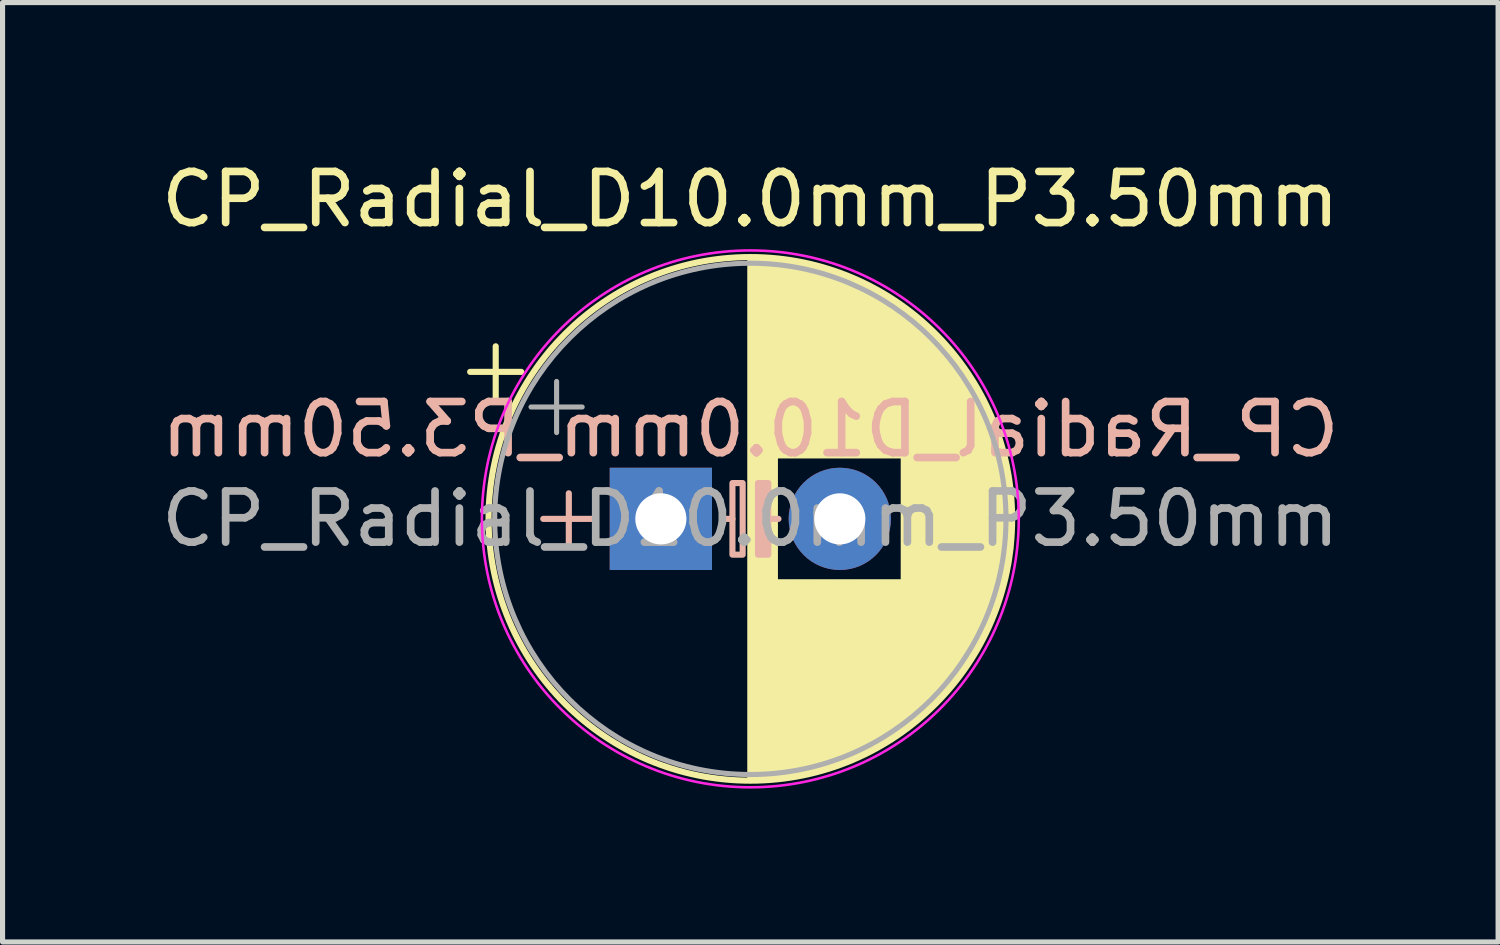
<source format=kicad_pcb>
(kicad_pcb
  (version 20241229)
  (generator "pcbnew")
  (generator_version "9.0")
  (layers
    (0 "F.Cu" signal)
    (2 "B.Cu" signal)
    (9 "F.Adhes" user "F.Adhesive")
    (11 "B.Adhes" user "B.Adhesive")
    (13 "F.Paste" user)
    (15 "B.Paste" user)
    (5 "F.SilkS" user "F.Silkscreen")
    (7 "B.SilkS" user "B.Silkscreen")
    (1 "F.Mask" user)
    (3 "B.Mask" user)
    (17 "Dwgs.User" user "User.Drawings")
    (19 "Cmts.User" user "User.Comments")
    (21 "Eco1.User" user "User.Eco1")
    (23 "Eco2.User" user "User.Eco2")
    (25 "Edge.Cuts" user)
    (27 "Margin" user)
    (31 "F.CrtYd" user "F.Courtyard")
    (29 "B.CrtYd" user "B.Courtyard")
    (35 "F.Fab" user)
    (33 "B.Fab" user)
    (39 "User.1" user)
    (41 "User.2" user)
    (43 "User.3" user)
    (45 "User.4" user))
  (footprint "CP_Radial_D10.0mm_P3.50mm"
    (layer "F.Cu")
    (at 9.875 7.098)
    (property "Reference" "CP_Radial_D10.0mm_P3.50mm" (at 1.75 -6.25 0) (layer "F.SilkS") (effects (font (size 1 1) (thickness 0.15))))
    (fp_line (start -3.73 -2.875) (end -2.73 -2.875) (stroke (width 0.12) (type solid)) (layer "F.SilkS"))
    (fp_line (start -3.23 -3.375) (end -3.23 -2.375) (stroke (width 0.12) (type solid)) (layer "F.SilkS"))
    (fp_line (start 1.75 -5.08) (end 1.75 5.08) (stroke (width 0.12) (type solid)) (layer "F.SilkS"))
    (fp_line (start 1.79 -5.08) (end 1.79 5.08) (stroke (width 0.12) (type solid)) (layer "F.SilkS"))
    (fp_line (start 1.83 -5.08) (end 1.83 5.08) (stroke (width 0.12) (type solid)) (layer "F.SilkS"))
    (fp_line (start 1.87 -5.079) (end 1.87 5.079) (stroke (width 0.12) (type solid)) (layer "F.SilkS"))
    (fp_line (start 1.91 -5.078) (end 1.91 5.078) (stroke (width 0.12) (type solid)) (layer "F.SilkS"))
    (fp_line (start 1.95 -5.077) (end 1.95 5.077) (stroke (width 0.12) (type solid)) (layer "F.SilkS"))
    (fp_line (start 1.99 -5.075) (end 1.99 5.075) (stroke (width 0.12) (type solid)) (layer "F.SilkS"))
    (fp_line (start 2.03 -5.073) (end 2.03 5.073) (stroke (width 0.12) (type solid)) (layer "F.SilkS"))
    (fp_line (start 2.07 -5.07) (end 2.07 5.07) (stroke (width 0.12) (type solid)) (layer "F.SilkS"))
    (fp_line (start 2.11 -5.068) (end 2.11 5.068) (stroke (width 0.12) (type solid)) (layer "F.SilkS"))
    (fp_line (start 2.15 -5.065) (end 2.15 5.065) (stroke (width 0.12) (type solid)) (layer "F.SilkS"))
    (fp_line (start 2.19 -5.062) (end 2.19 5.062) (stroke (width 0.12) (type solid)) (layer "F.SilkS"))
    (fp_line (start 2.23 -5.058) (end 2.23 5.058) (stroke (width 0.12) (type solid)) (layer "F.SilkS"))
    (fp_line (start 2.27 -5.054) (end 2.27 -1.241) (stroke (width 0.12) (type solid)) (layer "F.SilkS"))
    (fp_line (start 2.27 1.241) (end 2.27 5.054) (stroke (width 0.12) (type solid)) (layer "F.SilkS"))
    (fp_line (start 2.31 -5.05) (end 2.31 -1.241) (stroke (width 0.12) (type solid)) (layer "F.SilkS"))
    (fp_line (start 2.31 1.241) (end 2.31 5.05) (stroke (width 0.12) (type solid)) (layer "F.SilkS"))
    (fp_line (start 2.35 -5.045) (end 2.35 -1.241) (stroke (width 0.12) (type solid)) (layer "F.SilkS"))
    (fp_line (start 2.35 1.241) (end 2.35 5.045) (stroke (width 0.12) (type solid)) (layer "F.SilkS"))
    (fp_line (start 2.39 -5.04) (end 2.39 -1.241) (stroke (width 0.12) (type solid)) (layer "F.SilkS"))
    (fp_line (start 2.39 1.241) (end 2.39 5.04) (stroke (width 0.12) (type solid)) (layer "F.SilkS"))
    (fp_line (start 2.43 -5.035) (end 2.43 -1.241) (stroke (width 0.12) (type solid)) (layer "F.SilkS"))
    (fp_line (start 2.43 1.241) (end 2.43 5.035) (stroke (width 0.12) (type solid)) (layer "F.SilkS"))
    (fp_line (start 2.471 -5.03) (end 2.471 -1.241) (stroke (width 0.12) (type solid)) (layer "F.SilkS"))
    (fp_line (start 2.471 1.241) (end 2.471 5.03) (stroke (width 0.12) (type solid)) (layer "F.SilkS"))
    (fp_line (start 2.511 -5.024) (end 2.511 -1.241) (stroke (width 0.12) (type solid)) (layer "F.SilkS"))
    (fp_line (start 2.511 1.241) (end 2.511 5.024) (stroke (width 0.12) (type solid)) (layer "F.SilkS"))
    (fp_line (start 2.551 -5.018) (end 2.551 -1.241) (stroke (width 0.12) (type solid)) (layer "F.SilkS"))
    (fp_line (start 2.551 1.241) (end 2.551 5.018) (stroke (width 0.12) (type solid)) (layer "F.SilkS"))
    (fp_line (start 2.591 -5.011) (end 2.591 -1.241) (stroke (width 0.12) (type solid)) (layer "F.SilkS"))
    (fp_line (start 2.591 1.241) (end 2.591 5.011) (stroke (width 0.12) (type solid)) (layer "F.SilkS"))
    (fp_line (start 2.631 -5.004) (end 2.631 -1.241) (stroke (width 0.12) (type solid)) (layer "F.SilkS"))
    (fp_line (start 2.631 1.241) (end 2.631 5.004) (stroke (width 0.12) (type solid)) (layer "F.SilkS"))
    (fp_line (start 2.671 -4.997) (end 2.671 -1.241) (stroke (width 0.12) (type solid)) (layer "F.SilkS"))
    (fp_line (start 2.671 1.241) (end 2.671 4.997) (stroke (width 0.12) (type solid)) (layer "F.SilkS"))
    (fp_line (start 2.711 -4.99) (end 2.711 -1.241) (stroke (width 0.12) (type solid)) (layer "F.SilkS"))
    (fp_line (start 2.711 1.241) (end 2.711 4.99) (stroke (width 0.12) (type solid)) (layer "F.SilkS"))
    (fp_line (start 2.751 -4.982) (end 2.751 -1.241) (stroke (width 0.12) (type solid)) (layer "F.SilkS"))
    (fp_line (start 2.751 1.241) (end 2.751 4.982) (stroke (width 0.12) (type solid)) (layer "F.SilkS"))
    (fp_line (start 2.791 -4.974) (end 2.791 -1.241) (stroke (width 0.12) (type solid)) (layer "F.SilkS"))
    (fp_line (start 2.791 1.241) (end 2.791 4.974) (stroke (width 0.12) (type solid)) (layer "F.SilkS"))
    (fp_line (start 2.831 -4.965) (end 2.831 -1.241) (stroke (width 0.12) (type solid)) (layer "F.SilkS"))
    (fp_line (start 2.831 1.241) (end 2.831 4.965) (stroke (width 0.12) (type solid)) (layer "F.SilkS"))
    (fp_line (start 2.871 -4.956) (end 2.871 -1.241) (stroke (width 0.12) (type solid)) (layer "F.SilkS"))
    (fp_line (start 2.871 1.241) (end 2.871 4.956) (stroke (width 0.12) (type solid)) (layer "F.SilkS"))
    (fp_line (start 2.911 -4.947) (end 2.911 -1.241) (stroke (width 0.12) (type solid)) (layer "F.SilkS"))
    (fp_line (start 2.911 1.241) (end 2.911 4.947) (stroke (width 0.12) (type solid)) (layer "F.SilkS"))
    (fp_line (start 2.951 -4.938) (end 2.951 -1.241) (stroke (width 0.12) (type solid)) (layer "F.SilkS"))
    (fp_line (start 2.951 1.241) (end 2.951 4.938) (stroke (width 0.12) (type solid)) (layer "F.SilkS"))
    (fp_line (start 2.991 -4.928) (end 2.991 -1.241) (stroke (width 0.12) (type solid)) (layer "F.SilkS"))
    (fp_line (start 2.991 1.241) (end 2.991 4.928) (stroke (width 0.12) (type solid)) (layer "F.SilkS"))
    (fp_line (start 3.031 -4.918) (end 3.031 -1.241) (stroke (width 0.12) (type solid)) (layer "F.SilkS"))
    (fp_line (start 3.031 1.241) (end 3.031 4.918) (stroke (width 0.12) (type solid)) (layer "F.SilkS"))
    (fp_line (start 3.071 -4.907) (end 3.071 -1.241) (stroke (width 0.12) (type solid)) (layer "F.SilkS"))
    (fp_line (start 3.071 1.241) (end 3.071 4.907) (stroke (width 0.12) (type solid)) (layer "F.SilkS"))
    (fp_line (start 3.111 -4.897) (end 3.111 -1.241) (stroke (width 0.12) (type solid)) (layer "F.SilkS"))
    (fp_line (start 3.111 1.241) (end 3.111 4.897) (stroke (width 0.12) (type solid)) (layer "F.SilkS"))
    (fp_line (start 3.151 -4.885) (end 3.151 -1.241) (stroke (width 0.12) (type solid)) (layer "F.SilkS"))
    (fp_line (start 3.151 1.241) (end 3.151 4.885) (stroke (width 0.12) (type solid)) (layer "F.SilkS"))
    (fp_line (start 3.191 -4.874) (end 3.191 -1.241) (stroke (width 0.12) (type solid)) (layer "F.SilkS"))
    (fp_line (start 3.191 1.241) (end 3.191 4.874) (stroke (width 0.12) (type solid)) (layer "F.SilkS"))
    (fp_line (start 3.231 -4.862) (end 3.231 -1.241) (stroke (width 0.12) (type solid)) (layer "F.SilkS"))
    (fp_line (start 3.231 1.241) (end 3.231 4.862) (stroke (width 0.12) (type solid)) (layer "F.SilkS"))
    (fp_line (start 3.271 -4.85) (end 3.271 -1.241) (stroke (width 0.12) (type solid)) (layer "F.SilkS"))
    (fp_line (start 3.271 1.241) (end 3.271 4.85) (stroke (width 0.12) (type solid)) (layer "F.SilkS"))
    (fp_line (start 3.311 -4.837) (end 3.311 -1.241) (stroke (width 0.12) (type solid)) (layer "F.SilkS"))
    (fp_line (start 3.311 1.241) (end 3.311 4.837) (stroke (width 0.12) (type solid)) (layer "F.SilkS"))
    (fp_line (start 3.351 -4.824) (end 3.351 -1.241) (stroke (width 0.12) (type solid)) (layer "F.SilkS"))
    (fp_line (start 3.351 1.241) (end 3.351 4.824) (stroke (width 0.12) (type solid)) (layer "F.SilkS"))
    (fp_line (start 3.391 -4.811) (end 3.391 -1.241) (stroke (width 0.12) (type solid)) (layer "F.SilkS"))
    (fp_line (start 3.391 1.241) (end 3.391 4.811) (stroke (width 0.12) (type solid)) (layer "F.SilkS"))
    (fp_line (start 3.431 -4.797) (end 3.431 -1.241) (stroke (width 0.12) (type solid)) (layer "F.SilkS"))
    (fp_line (start 3.431 1.241) (end 3.431 4.797) (stroke (width 0.12) (type solid)) (layer "F.SilkS"))
    (fp_line (start 3.471 -4.783) (end 3.471 -1.241) (stroke (width 0.12) (type solid)) (layer "F.SilkS"))
    (fp_line (start 3.471 1.241) (end 3.471 4.783) (stroke (width 0.12) (type solid)) (layer "F.SilkS"))
    (fp_line (start 3.511 -4.768) (end 3.511 -1.241) (stroke (width 0.12) (type solid)) (layer "F.SilkS"))
    (fp_line (start 3.511 1.241) (end 3.511 4.768) (stroke (width 0.12) (type solid)) (layer "F.SilkS"))
    (fp_line (start 3.551 -4.754) (end 3.551 -1.241) (stroke (width 0.12) (type solid)) (layer "F.SilkS"))
    (fp_line (start 3.551 1.241) (end 3.551 4.754) (stroke (width 0.12) (type solid)) (layer "F.SilkS"))
    (fp_line (start 3.591 -4.738) (end 3.591 -1.241) (stroke (width 0.12) (type solid)) (layer "F.SilkS"))
    (fp_line (start 3.591 1.241) (end 3.591 4.738) (stroke (width 0.12) (type solid)) (layer "F.SilkS"))
    (fp_line (start 3.631 -4.723) (end 3.631 -1.241) (stroke (width 0.12) (type solid)) (layer "F.SilkS"))
    (fp_line (start 3.631 1.241) (end 3.631 4.723) (stroke (width 0.12) (type solid)) (layer "F.SilkS"))
    (fp_line (start 3.671 -4.707) (end 3.671 -1.241) (stroke (width 0.12) (type solid)) (layer "F.SilkS"))
    (fp_line (start 3.671 1.241) (end 3.671 4.707) (stroke (width 0.12) (type solid)) (layer "F.SilkS"))
    (fp_line (start 3.711 -4.69) (end 3.711 -1.241) (stroke (width 0.12) (type solid)) (layer "F.SilkS"))
    (fp_line (start 3.711 1.241) (end 3.711 4.69) (stroke (width 0.12) (type solid)) (layer "F.SilkS"))
    (fp_line (start 3.751 -4.674) (end 3.751 -1.241) (stroke (width 0.12) (type solid)) (layer "F.SilkS"))
    (fp_line (start 3.751 1.241) (end 3.751 4.674) (stroke (width 0.12) (type solid)) (layer "F.SilkS"))
    (fp_line (start 3.791 -4.657) (end 3.791 -1.241) (stroke (width 0.12) (type solid)) (layer "F.SilkS"))
    (fp_line (start 3.791 1.241) (end 3.791 4.657) (stroke (width 0.12) (type solid)) (layer "F.SilkS"))
    (fp_line (start 3.831 -4.639) (end 3.831 -1.241) (stroke (width 0.12) (type solid)) (layer "F.SilkS"))
    (fp_line (start 3.831 1.241) (end 3.831 4.639) (stroke (width 0.12) (type solid)) (layer "F.SilkS"))
    (fp_line (start 3.871 -4.621) (end 3.871 -1.241) (stroke (width 0.12) (type solid)) (layer "F.SilkS"))
    (fp_line (start 3.871 1.241) (end 3.871 4.621) (stroke (width 0.12) (type solid)) (layer "F.SilkS"))
    (fp_line (start 3.911 -4.603) (end 3.911 -1.241) (stroke (width 0.12) (type solid)) (layer "F.SilkS"))
    (fp_line (start 3.911 1.241) (end 3.911 4.603) (stroke (width 0.12) (type solid)) (layer "F.SilkS"))
    (fp_line (start 3.951 -4.584) (end 3.951 -1.241) (stroke (width 0.12) (type solid)) (layer "F.SilkS"))
    (fp_line (start 3.951 1.241) (end 3.951 4.584) (stroke (width 0.12) (type solid)) (layer "F.SilkS"))
    (fp_line (start 3.991 -4.564) (end 3.991 -1.241) (stroke (width 0.12) (type solid)) (layer "F.SilkS"))
    (fp_line (start 3.991 1.241) (end 3.991 4.564) (stroke (width 0.12) (type solid)) (layer "F.SilkS"))
    (fp_line (start 4.031 -4.545) (end 4.031 -1.241) (stroke (width 0.12) (type solid)) (layer "F.SilkS"))
    (fp_line (start 4.031 1.241) (end 4.031 4.545) (stroke (width 0.12) (type solid)) (layer "F.SilkS"))
    (fp_line (start 4.071 -4.525) (end 4.071 -1.241) (stroke (width 0.12) (type solid)) (layer "F.SilkS"))
    (fp_line (start 4.071 1.241) (end 4.071 4.525) (stroke (width 0.12) (type solid)) (layer "F.SilkS"))
    (fp_line (start 4.111 -4.504) (end 4.111 -1.241) (stroke (width 0.12) (type solid)) (layer "F.SilkS"))
    (fp_line (start 4.111 1.241) (end 4.111 4.504) (stroke (width 0.12) (type solid)) (layer "F.SilkS"))
    (fp_line (start 4.151 -4.483) (end 4.151 -1.241) (stroke (width 0.12) (type solid)) (layer "F.SilkS"))
    (fp_line (start 4.151 1.241) (end 4.151 4.483) (stroke (width 0.12) (type solid)) (layer "F.SilkS"))
    (fp_line (start 4.191 -4.462) (end 4.191 -1.241) (stroke (width 0.12) (type solid)) (layer "F.SilkS"))
    (fp_line (start 4.191 1.241) (end 4.191 4.462) (stroke (width 0.12) (type solid)) (layer "F.SilkS"))
    (fp_line (start 4.231 -4.44) (end 4.231 -1.241) (stroke (width 0.12) (type solid)) (layer "F.SilkS"))
    (fp_line (start 4.231 1.241) (end 4.231 4.44) (stroke (width 0.12) (type solid)) (layer "F.SilkS"))
    (fp_line (start 4.271 -4.417) (end 4.271 -1.241) (stroke (width 0.12) (type solid)) (layer "F.SilkS"))
    (fp_line (start 4.271 1.241) (end 4.271 4.417) (stroke (width 0.12) (type solid)) (layer "F.SilkS"))
    (fp_line (start 4.311 -4.395) (end 4.311 -1.241) (stroke (width 0.12) (type solid)) (layer "F.SilkS"))
    (fp_line (start 4.311 1.241) (end 4.311 4.395) (stroke (width 0.12) (type solid)) (layer "F.SilkS"))
    (fp_line (start 4.351 -4.371) (end 4.351 -1.241) (stroke (width 0.12) (type solid)) (layer "F.SilkS"))
    (fp_line (start 4.351 1.241) (end 4.351 4.371) (stroke (width 0.12) (type solid)) (layer "F.SilkS"))
    (fp_line (start 4.391 -4.347) (end 4.391 -1.241) (stroke (width 0.12) (type solid)) (layer "F.SilkS"))
    (fp_line (start 4.391 1.241) (end 4.391 4.347) (stroke (width 0.12) (type solid)) (layer "F.SilkS"))
    (fp_line (start 4.431 -4.323) (end 4.431 -1.241) (stroke (width 0.12) (type solid)) (layer "F.SilkS"))
    (fp_line (start 4.431 1.241) (end 4.431 4.323) (stroke (width 0.12) (type solid)) (layer "F.SilkS"))
    (fp_line (start 4.471 -4.298) (end 4.471 -1.241) (stroke (width 0.12) (type solid)) (layer "F.SilkS"))
    (fp_line (start 4.471 1.241) (end 4.471 4.298) (stroke (width 0.12) (type solid)) (layer "F.SilkS"))
    (fp_line (start 4.511 -4.273) (end 4.511 -1.241) (stroke (width 0.12) (type solid)) (layer "F.SilkS"))
    (fp_line (start 4.511 1.241) (end 4.511 4.273) (stroke (width 0.12) (type solid)) (layer "F.SilkS"))
    (fp_line (start 4.551 -4.247) (end 4.551 -1.241) (stroke (width 0.12) (type solid)) (layer "F.SilkS"))
    (fp_line (start 4.551 1.241) (end 4.551 4.247) (stroke (width 0.12) (type solid)) (layer "F.SilkS"))
    (fp_line (start 4.591 -4.221) (end 4.591 -1.241) (stroke (width 0.12) (type solid)) (layer "F.SilkS"))
    (fp_line (start 4.591 1.241) (end 4.591 4.221) (stroke (width 0.12) (type solid)) (layer "F.SilkS"))
    (fp_line (start 4.631 -4.194) (end 4.631 -1.241) (stroke (width 0.12) (type solid)) (layer "F.SilkS"))
    (fp_line (start 4.631 1.241) (end 4.631 4.194) (stroke (width 0.12) (type solid)) (layer "F.SilkS"))
    (fp_line (start 4.671 -4.166) (end 4.671 -1.241) (stroke (width 0.12) (type solid)) (layer "F.SilkS"))
    (fp_line (start 4.671 1.241) (end 4.671 4.166) (stroke (width 0.12) (type solid)) (layer "F.SilkS"))
    (fp_line (start 4.711 -4.138) (end 4.711 -1.241) (stroke (width 0.12) (type solid)) (layer "F.SilkS"))
    (fp_line (start 4.711 1.241) (end 4.711 4.138) (stroke (width 0.12) (type solid)) (layer "F.SilkS"))
    (fp_line (start 4.751 -4.11) (end 4.751 4.11) (stroke (width 0.12) (type solid)) (layer "F.SilkS"))
    (fp_line (start 4.791 -4.08) (end 4.791 4.08) (stroke (width 0.12) (type solid)) (layer "F.SilkS"))
    (fp_line (start 4.831 -4.05) (end 4.831 4.05) (stroke (width 0.12) (type solid)) (layer "F.SilkS"))
    (fp_line (start 4.871 -4.02) (end 4.871 4.02) (stroke (width 0.12) (type solid)) (layer "F.SilkS"))
    (fp_line (start 4.911 -3.989) (end 4.911 3.989) (stroke (width 0.12) (type solid)) (layer "F.SilkS"))
    (fp_line (start 4.951 -3.957) (end 4.951 3.957) (stroke (width 0.12) (type solid)) (layer "F.SilkS"))
    (fp_line (start 4.991 -3.925) (end 4.991 3.925) (stroke (width 0.12) (type solid)) (layer "F.SilkS"))
    (fp_line (start 5.031 -3.892) (end 5.031 3.892) (stroke (width 0.12) (type solid)) (layer "F.SilkS"))
    (fp_line (start 5.071 -3.858) (end 5.071 3.858) (stroke (width 0.12) (type solid)) (layer "F.SilkS"))
    (fp_line (start 5.111 -3.824) (end 5.111 3.824) (stroke (width 0.12) (type solid)) (layer "F.SilkS"))
    (fp_line (start 5.151 -3.789) (end 5.151 3.789) (stroke (width 0.12) (type solid)) (layer "F.SilkS"))
    (fp_line (start 5.191 -3.753) (end 5.191 3.753) (stroke (width 0.12) (type solid)) (layer "F.SilkS"))
    (fp_line (start 5.231 -3.716) (end 5.231 3.716) (stroke (width 0.12) (type solid)) (layer "F.SilkS"))
    (fp_line (start 5.271 -3.679) (end 5.271 3.679) (stroke (width 0.12) (type solid)) (layer "F.SilkS"))
    (fp_line (start 5.311 -3.64) (end 5.311 3.64) (stroke (width 0.12) (type solid)) (layer "F.SilkS"))
    (fp_line (start 5.351 -3.601) (end 5.351 3.601) (stroke (width 0.12) (type solid)) (layer "F.SilkS"))
    (fp_line (start 5.391 -3.561) (end 5.391 3.561) (stroke (width 0.12) (type solid)) (layer "F.SilkS"))
    (fp_line (start 5.431 -3.52) (end 5.431 3.52) (stroke (width 0.12) (type solid)) (layer "F.SilkS"))
    (fp_line (start 5.471 -3.478) (end 5.471 3.478) (stroke (width 0.12) (type solid)) (layer "F.SilkS"))
    (fp_line (start 5.511 -3.436) (end 5.511 3.436) (stroke (width 0.12) (type solid)) (layer "F.SilkS"))
    (fp_line (start 5.551 -3.392) (end 5.551 3.392) (stroke (width 0.12) (type solid)) (layer "F.SilkS"))
    (fp_line (start 5.591 -3.347) (end 5.591 3.347) (stroke (width 0.12) (type solid)) (layer "F.SilkS"))
    (fp_line (start 5.631 -3.301) (end 5.631 3.301) (stroke (width 0.12) (type solid)) (layer "F.SilkS"))
    (fp_line (start 5.671 -3.254) (end 5.671 3.254) (stroke (width 0.12) (type solid)) (layer "F.SilkS"))
    (fp_line (start 5.711 -3.206) (end 5.711 3.206) (stroke (width 0.12) (type solid)) (layer "F.SilkS"))
    (fp_line (start 5.751 -3.156) (end 5.751 3.156) (stroke (width 0.12) (type solid)) (layer "F.SilkS"))
    (fp_line (start 5.791 -3.106) (end 5.791 3.106) (stroke (width 0.12) (type solid)) (layer "F.SilkS"))
    (fp_line (start 5.831 -3.054) (end 5.831 3.054) (stroke (width 0.12) (type solid)) (layer "F.SilkS"))
    (fp_line (start 5.871 -3) (end 5.871 3) (stroke (width 0.12) (type solid)) (layer "F.SilkS"))
    (fp_line (start 5.911 -2.945) (end 5.911 2.945) (stroke (width 0.12) (type solid)) (layer "F.SilkS"))
    (fp_line (start 5.951 -2.889) (end 5.951 2.889) (stroke (width 0.12) (type solid)) (layer "F.SilkS"))
    (fp_line (start 5.991 -2.83) (end 5.991 2.83) (stroke (width 0.12) (type solid)) (layer "F.SilkS"))
    (fp_line (start 6.031 -2.77) (end 6.031 2.77) (stroke (width 0.12) (type solid)) (layer "F.SilkS"))
    (fp_line (start 6.071 -2.709) (end 6.071 2.709) (stroke (width 0.12) (type solid)) (layer "F.SilkS"))
    (fp_line (start 6.111 -2.645) (end 6.111 2.645) (stroke (width 0.12) (type solid)) (layer "F.SilkS"))
    (fp_line (start 6.151 -2.579) (end 6.151 2.579) (stroke (width 0.12) (type solid)) (layer "F.SilkS"))
    (fp_line (start 6.191 -2.51) (end 6.191 2.51) (stroke (width 0.12) (type solid)) (layer "F.SilkS"))
    (fp_line (start 6.231 -2.439) (end 6.231 2.439) (stroke (width 0.12) (type solid)) (layer "F.SilkS"))
    (fp_line (start 6.271 -2.365) (end 6.271 2.365) (stroke (width 0.12) (type solid)) (layer "F.SilkS"))
    (fp_line (start 6.311 -2.289) (end 6.311 2.289) (stroke (width 0.12) (type solid)) (layer "F.SilkS"))
    (fp_line (start 6.351 -2.209) (end 6.351 2.209) (stroke (width 0.12) (type solid)) (layer "F.SilkS"))
    (fp_line (start 6.391 -2.125) (end 6.391 2.125) (stroke (width 0.12) (type solid)) (layer "F.SilkS"))
    (fp_line (start 6.431 -2.037) (end 6.431 2.037) (stroke (width 0.12) (type solid)) (layer "F.SilkS"))
    (fp_line (start 6.471 -1.944) (end 6.471 1.944) (stroke (width 0.12) (type solid)) (layer "F.SilkS"))
    (fp_line (start 6.511 -1.846) (end 6.511 1.846) (stroke (width 0.12) (type solid)) (layer "F.SilkS"))
    (fp_line (start 6.551 -1.742) (end 6.551 1.742) (stroke (width 0.12) (type solid)) (layer "F.SilkS"))
    (fp_line (start 6.591 -1.63) (end 6.591 1.63) (stroke (width 0.12) (type solid)) (layer "F.SilkS"))
    (fp_line (start 6.631 -1.51) (end 6.631 1.51) (stroke (width 0.12) (type solid)) (layer "F.SilkS"))
    (fp_line (start 6.671 -1.378) (end 6.671 1.378) (stroke (width 0.12) (type solid)) (layer "F.SilkS"))
    (fp_line (start 6.711 -1.23) (end 6.711 1.23) (stroke (width 0.12) (type solid)) (layer "F.SilkS"))
    (fp_line (start 6.751 -1.062) (end 6.751 1.062) (stroke (width 0.12) (type solid)) (layer "F.SilkS"))
    (fp_line (start 6.791 -0.862) (end 6.791 0.862) (stroke (width 0.12) (type solid)) (layer "F.SilkS"))
    (fp_line (start 6.831 -0.599) (end 6.831 0.599) (stroke (width 0.12) (type solid)) (layer "F.SilkS"))
    (fp_circle (center 1.75 0) (end 6.87 0) (stroke (width 0.12) (type solid)) (fill no) (layer "F.SilkS"))
    (fp_line (start -1.8 -0.5) (end -1.8 0.5) (stroke (width 0.12) (type solid)) (layer "B.SilkS"))
    (fp_line (start -1.3 0) (end -2.3 0) (stroke (width 0.12) (type solid)) (layer "B.SilkS"))
    (fp_line (start 1.4 0) (end 1.2 0) (stroke (width 0.12) (type solid)) (layer "B.SilkS"))
    (fp_line (start 2.1 0) (end 2.3 0) (stroke (width 0.12) (type solid)) (layer "B.SilkS"))
    (fp_rect (start 1.6 -0.7) (end 1.4 0.7) (stroke (width 0.12) (type solid)) (fill no) (layer "B.SilkS"))
    (fp_rect (start 2.1 -0.7) (end 1.9 0.7) (stroke (width 0.12) (type solid)) (fill yes) (layer "B.SilkS"))
    (fp_circle (center 1.75 0) (end 7 0) (stroke (width 0.05) (type solid)) (fill no) (layer "F.CrtYd"))
    (fp_line (start -2.539 -2.188) (end -1.539 -2.188) (stroke (width 0.1) (type solid)) (layer "F.Fab"))
    (fp_line (start -2.039 -2.688) (end -2.039 -1.688) (stroke (width 0.1) (type solid)) (layer "F.Fab"))
    (fp_circle (center 1.75 0) (end 6.75 0) (stroke (width 0.1) (type solid)) (fill no) (layer "F.Fab"))
    (fp_text user "${REFERENCE}" (at 1.75 -1.75 0) (layer "B.SilkS") (effects (font (size 1 1) (thickness 0.15)) (justify mirror)))
    (fp_text user "${REFERENCE}" (at 1.75 0 0) (layer "F.Fab") (effects (font (size 1 1) (thickness 0.15))))
    (pad "1" thru_hole rect (at 0 0) (size 2 2) (drill 1) (layers "*.Cu" "*.Mask"))
    (pad "2" thru_hole circle (at 3.5 0) (size 2 2) (drill 1) (layers "*.Cu" "*.Mask")))
  (gr_rect
    (start -3 -3)
    (end 26.25 15.373)
    (stroke (width 0.1) (type default))
    (fill no)
    (layer "Edge.Cuts")))
</source>
